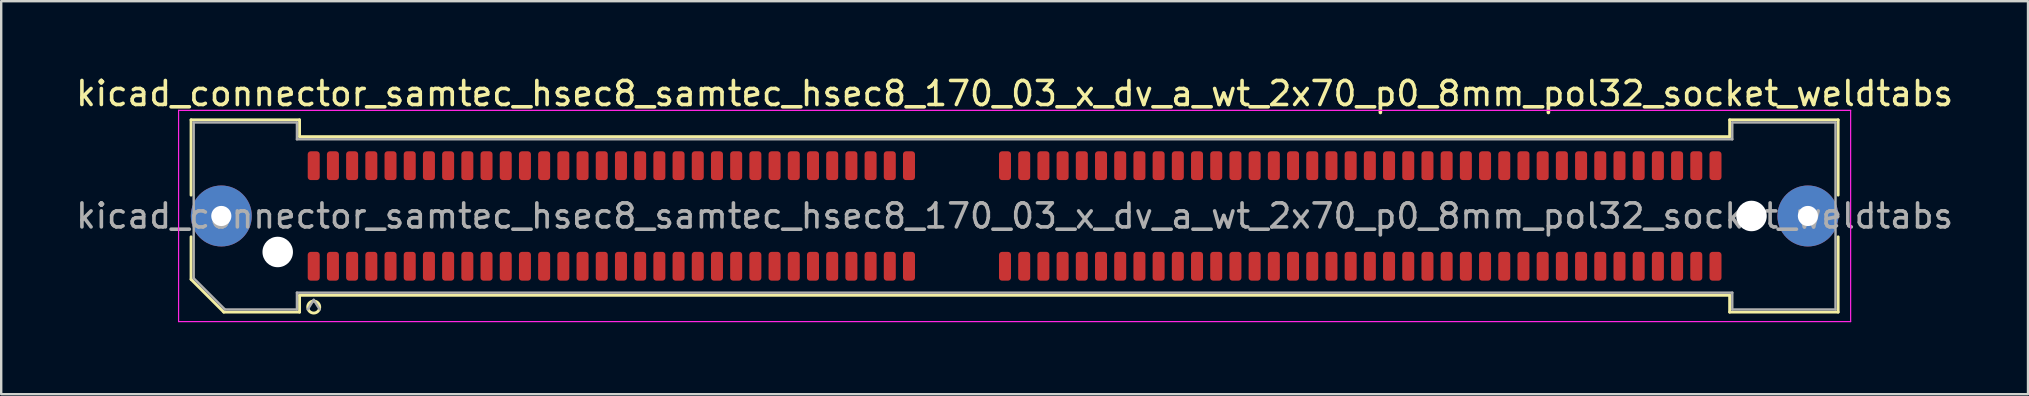
<source format=kicad_pcb>
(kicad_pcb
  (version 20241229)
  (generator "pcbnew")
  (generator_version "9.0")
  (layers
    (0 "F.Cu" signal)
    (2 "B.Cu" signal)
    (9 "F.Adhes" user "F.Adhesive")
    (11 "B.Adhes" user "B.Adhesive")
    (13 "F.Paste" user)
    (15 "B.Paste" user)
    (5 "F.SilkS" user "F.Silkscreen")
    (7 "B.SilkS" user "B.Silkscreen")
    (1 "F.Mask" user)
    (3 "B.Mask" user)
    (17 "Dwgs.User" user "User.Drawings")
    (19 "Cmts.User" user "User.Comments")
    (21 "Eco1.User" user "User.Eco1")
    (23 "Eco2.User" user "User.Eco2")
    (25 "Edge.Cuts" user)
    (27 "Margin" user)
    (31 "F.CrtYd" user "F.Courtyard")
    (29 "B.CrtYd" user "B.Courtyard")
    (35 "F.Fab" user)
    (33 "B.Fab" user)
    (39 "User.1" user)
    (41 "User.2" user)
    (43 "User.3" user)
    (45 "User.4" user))
  (footprint "kicad_connector_samtec_hsec8_samtec_hsec8_170_03_x_dv_a_wt_2x70_p0_8mm_pol32_socket_weldtabs"
    (layer "F.Cu")
    (at 39.22 5.948)
    (property "Reference" "kicad_connector_samtec_hsec8_samtec_hsec8_170_03_x_dv_a_wt_2x70_p0_8mm_pol32_socket_weldtabs" (at 0 -5.1 0) (layer "F.SilkS") (effects (font (size 1 1) (thickness 0.15))))
    (attr smd)
    (fp_line (start -34.31 -4.005) (end -29.79 -4.005) (stroke (width 0.12) (type solid)) (layer "F.SilkS"))
    (fp_line (start -34.31 -0.868) (end -34.31 -4.005) (stroke (width 0.12) (type solid)) (layer "F.SilkS"))
    (fp_line (start -34.31 2.641) (end -34.31 0.868) (stroke (width 0.12) (type solid)) (layer "F.SilkS"))
    (fp_line (start -32.946 4.005) (end -34.31 2.641) (stroke (width 0.12) (type solid)) (layer "F.SilkS"))
    (fp_line (start -29.79 -4.005) (end -29.79 -3.305) (stroke (width 0.12) (type solid)) (layer "F.SilkS"))
    (fp_line (start -29.79 -3.305) (end 29.79 -3.305) (stroke (width 0.12) (type solid)) (layer "F.SilkS"))
    (fp_line (start -29.79 3.305) (end -29.79 4.005) (stroke (width 0.12) (type solid)) (layer "F.SilkS"))
    (fp_line (start -29.79 4.005) (end -32.946 4.005) (stroke (width 0.12) (type solid)) (layer "F.SilkS"))
    (fp_line (start 29.79 -4.005) (end 34.31 -4.005) (stroke (width 0.12) (type solid)) (layer "F.SilkS"))
    (fp_line (start 29.79 -3.305) (end 29.79 -4.005) (stroke (width 0.12) (type solid)) (layer "F.SilkS"))
    (fp_line (start 29.79 3.305) (end -29.79 3.305) (stroke (width 0.12) (type solid)) (layer "F.SilkS"))
    (fp_line (start 29.79 4.005) (end 29.79 3.305) (stroke (width 0.12) (type solid)) (layer "F.SilkS"))
    (fp_line (start 34.31 -4.005) (end 34.31 -0.868) (stroke (width 0.12) (type solid)) (layer "F.SilkS"))
    (fp_line (start 34.31 0.868) (end 34.31 4.005) (stroke (width 0.12) (type solid)) (layer "F.SilkS"))
    (fp_line (start 34.31 4.005) (end 29.79 4.005) (stroke (width 0.12) (type solid)) (layer "F.SilkS"))
    (fp_arc (start -28.95 3.795) (mid -29.45 3.795) (end -28.95 3.795) (stroke (width 0.12) (type solid)) (layer "F.SilkS"))
    (fp_line (start -34.83 -4.4) (end -34.83 4.4) (stroke (width 0.05) (type solid)) (layer "F.CrtYd"))
    (fp_line (start -34.83 4.4) (end 34.83 4.4) (stroke (width 0.05) (type solid)) (layer "F.CrtYd"))
    (fp_line (start 34.83 -4.4) (end -34.83 -4.4) (stroke (width 0.05) (type solid)) (layer "F.CrtYd"))
    (fp_line (start 34.83 4.4) (end 34.83 -4.4) (stroke (width 0.05) (type solid)) (layer "F.CrtYd"))
    (fp_line (start -34.2 -3.895) (end -29.9 -3.895) (stroke (width 0.1) (type solid)) (layer "F.Fab"))
    (fp_line (start -34.2 2.595) (end -34.2 -3.895) (stroke (width 0.1) (type solid)) (layer "F.Fab"))
    (fp_line (start -32.9 3.895) (end -34.2 2.595) (stroke (width 0.1) (type solid)) (layer "F.Fab"))
    (fp_line (start -29.9 -3.895) (end -29.9 -3.195) (stroke (width 0.1) (type solid)) (layer "F.Fab"))
    (fp_line (start -29.9 -3.195) (end 29.9 -3.195) (stroke (width 0.1) (type solid)) (layer "F.Fab"))
    (fp_line (start -29.9 3.195) (end -29.9 3.895) (stroke (width 0.1) (type solid)) (layer "F.Fab"))
    (fp_line (start -29.9 3.895) (end -32.9 3.895) (stroke (width 0.1) (type solid)) (layer "F.Fab"))
    (fp_line (start -29.2 3.495) (end -29.45 3.895) (stroke (width 0.1) (type solid)) (layer "F.Fab"))
    (fp_line (start -29.2 3.495) (end -28.95 3.895) (stroke (width 0.1) (type solid)) (layer "F.Fab"))
    (fp_line (start 29.9 -3.895) (end 34.2 -3.895) (stroke (width 0.1) (type solid)) (layer "F.Fab"))
    (fp_line (start 29.9 -3.195) (end 29.9 -3.895) (stroke (width 0.1) (type solid)) (layer "F.Fab"))
    (fp_line (start 29.9 3.195) (end -29.9 3.195) (stroke (width 0.1) (type solid)) (layer "F.Fab"))
    (fp_line (start 29.9 3.895) (end 29.9 3.195) (stroke (width 0.1) (type solid)) (layer "F.Fab"))
    (fp_line (start 34.2 -3.895) (end 34.2 3.895) (stroke (width 0.1) (type solid)) (layer "F.Fab"))
    (fp_line (start 34.2 3.895) (end 29.9 3.895) (stroke (width 0.1) (type solid)) (layer "F.Fab"))
    (fp_text user "${REFERENCE}" (at 0 0 0) (layer "F.Fab") (effects (font (size 1 1) (thickness 0.15))))
    (pad "" thru_hole circle (at -33.05 0) (size 2.54 2.54) (drill 0.84) (layers "*.Cu" "*.Mask" "F.Paste"))
    (pad "" np_thru_hole circle (at -30.7 1.5) (size 1.27 1.27) (drill 1.27) (layers "*.Cu" "*.Mask"))
    (pad "" np_thru_hole circle (at 30.7 0) (size 1.27 1.27) (drill 1.27) (layers "*.Cu" "*.Mask"))
    (pad "" thru_hole circle (at 33.05 0) (size 2.54 2.54) (drill 0.84) (layers "*.Cu" "*.Mask" "F.Paste"))
    (pad "1" smd roundrect (at -29.2 2.095) (size 0.5 1.2) (layers "F.Cu" "F.Mask" "F.Paste") (roundrect_rratio 0.25))
    (pad "2" smd roundrect (at -29.2 -2.095) (size 0.5 1.2) (layers "F.Cu" "F.Mask" "F.Paste") (roundrect_rratio 0.25))
    (pad "3" smd roundrect (at -28.4 2.095) (size 0.5 1.2) (layers "F.Cu" "F.Mask" "F.Paste") (roundrect_rratio 0.25))
    (pad "4" smd roundrect (at -28.4 -2.095) (size 0.5 1.2) (layers "F.Cu" "F.Mask" "F.Paste") (roundrect_rratio 0.25))
    (pad "5" smd roundrect (at -27.6 2.095) (size 0.5 1.2) (layers "F.Cu" "F.Mask" "F.Paste") (roundrect_rratio 0.25))
    (pad "6" smd roundrect (at -27.6 -2.095) (size 0.5 1.2) (layers "F.Cu" "F.Mask" "F.Paste") (roundrect_rratio 0.25))
    (pad "7" smd roundrect (at -26.8 2.095) (size 0.5 1.2) (layers "F.Cu" "F.Mask" "F.Paste") (roundrect_rratio 0.25))
    (pad "8" smd roundrect (at -26.8 -2.095) (size 0.5 1.2) (layers "F.Cu" "F.Mask" "F.Paste") (roundrect_rratio 0.25))
    (pad "9" smd roundrect (at -26 2.095) (size 0.5 1.2) (layers "F.Cu" "F.Mask" "F.Paste") (roundrect_rratio 0.25))
    (pad "10" smd roundrect (at -26 -2.095) (size 0.5 1.2) (layers "F.Cu" "F.Mask" "F.Paste") (roundrect_rratio 0.25))
    (pad "11" smd roundrect (at -25.2 2.095) (size 0.5 1.2) (layers "F.Cu" "F.Mask" "F.Paste") (roundrect_rratio 0.25))
    (pad "12" smd roundrect (at -25.2 -2.095) (size 0.5 1.2) (layers "F.Cu" "F.Mask" "F.Paste") (roundrect_rratio 0.25))
    (pad "13" smd roundrect (at -24.4 2.095) (size 0.5 1.2) (layers "F.Cu" "F.Mask" "F.Paste") (roundrect_rratio 0.25))
    (pad "14" smd roundrect (at -24.4 -2.095) (size 0.5 1.2) (layers "F.Cu" "F.Mask" "F.Paste") (roundrect_rratio 0.25))
    (pad "15" smd roundrect (at -23.6 2.095) (size 0.5 1.2) (layers "F.Cu" "F.Mask" "F.Paste") (roundrect_rratio 0.25))
    (pad "16" smd roundrect (at -23.6 -2.095) (size 0.5 1.2) (layers "F.Cu" "F.Mask" "F.Paste") (roundrect_rratio 0.25))
    (pad "17" smd roundrect (at -22.8 2.095) (size 0.5 1.2) (layers "F.Cu" "F.Mask" "F.Paste") (roundrect_rratio 0.25))
    (pad "18" smd roundrect (at -22.8 -2.095) (size 0.5 1.2) (layers "F.Cu" "F.Mask" "F.Paste") (roundrect_rratio 0.25))
    (pad "19" smd roundrect (at -22 2.095) (size 0.5 1.2) (layers "F.Cu" "F.Mask" "F.Paste") (roundrect_rratio 0.25))
    (pad "20" smd roundrect (at -22 -2.095) (size 0.5 1.2) (layers "F.Cu" "F.Mask" "F.Paste") (roundrect_rratio 0.25))
    (pad "21" smd roundrect (at -21.2 2.095) (size 0.5 1.2) (layers "F.Cu" "F.Mask" "F.Paste") (roundrect_rratio 0.25))
    (pad "22" smd roundrect (at -21.2 -2.095) (size 0.5 1.2) (layers "F.Cu" "F.Mask" "F.Paste") (roundrect_rratio 0.25))
    (pad "23" smd roundrect (at -20.4 2.095) (size 0.5 1.2) (layers "F.Cu" "F.Mask" "F.Paste") (roundrect_rratio 0.25))
    (pad "24" smd roundrect (at -20.4 -2.095) (size 0.5 1.2) (layers "F.Cu" "F.Mask" "F.Paste") (roundrect_rratio 0.25))
    (pad "25" smd roundrect (at -19.6 2.095) (size 0.5 1.2) (layers "F.Cu" "F.Mask" "F.Paste") (roundrect_rratio 0.25))
    (pad "26" smd roundrect (at -19.6 -2.095) (size 0.5 1.2) (layers "F.Cu" "F.Mask" "F.Paste") (roundrect_rratio 0.25))
    (pad "27" smd roundrect (at -18.8 2.095) (size 0.5 1.2) (layers "F.Cu" "F.Mask" "F.Paste") (roundrect_rratio 0.25))
    (pad "28" smd roundrect (at -18.8 -2.095) (size 0.5 1.2) (layers "F.Cu" "F.Mask" "F.Paste") (roundrect_rratio 0.25))
    (pad "29" smd roundrect (at -18 2.095) (size 0.5 1.2) (layers "F.Cu" "F.Mask" "F.Paste") (roundrect_rratio 0.25))
    (pad "30" smd roundrect (at -18 -2.095) (size 0.5 1.2) (layers "F.Cu" "F.Mask" "F.Paste") (roundrect_rratio 0.25))
    (pad "31" smd roundrect (at -17.2 2.095) (size 0.5 1.2) (layers "F.Cu" "F.Mask" "F.Paste") (roundrect_rratio 0.25))
    (pad "32" smd roundrect (at -17.2 -2.095) (size 0.5 1.2) (layers "F.Cu" "F.Mask" "F.Paste") (roundrect_rratio 0.25))
    (pad "33" smd roundrect (at -16.4 2.095) (size 0.5 1.2) (layers "F.Cu" "F.Mask" "F.Paste") (roundrect_rratio 0.25))
    (pad "34" smd roundrect (at -16.4 -2.095) (size 0.5 1.2) (layers "F.Cu" "F.Mask" "F.Paste") (roundrect_rratio 0.25))
    (pad "35" smd roundrect (at -15.6 2.095) (size 0.5 1.2) (layers "F.Cu" "F.Mask" "F.Paste") (roundrect_rratio 0.25))
    (pad "36" smd roundrect (at -15.6 -2.095) (size 0.5 1.2) (layers "F.Cu" "F.Mask" "F.Paste") (roundrect_rratio 0.25))
    (pad "37" smd roundrect (at -14.8 2.095) (size 0.5 1.2) (layers "F.Cu" "F.Mask" "F.Paste") (roundrect_rratio 0.25))
    (pad "38" smd roundrect (at -14.8 -2.095) (size 0.5 1.2) (layers "F.Cu" "F.Mask" "F.Paste") (roundrect_rratio 0.25))
    (pad "39" smd roundrect (at -14 2.095) (size 0.5 1.2) (layers "F.Cu" "F.Mask" "F.Paste") (roundrect_rratio 0.25))
    (pad "40" smd roundrect (at -14 -2.095) (size 0.5 1.2) (layers "F.Cu" "F.Mask" "F.Paste") (roundrect_rratio 0.25))
    (pad "41" smd roundrect (at -13.2 2.095) (size 0.5 1.2) (layers "F.Cu" "F.Mask" "F.Paste") (roundrect_rratio 0.25))
    (pad "42" smd roundrect (at -13.2 -2.095) (size 0.5 1.2) (layers "F.Cu" "F.Mask" "F.Paste") (roundrect_rratio 0.25))
    (pad "43" smd roundrect (at -12.4 2.095) (size 0.5 1.2) (layers "F.Cu" "F.Mask" "F.Paste") (roundrect_rratio 0.25))
    (pad "44" smd roundrect (at -12.4 -2.095) (size 0.5 1.2) (layers "F.Cu" "F.Mask" "F.Paste") (roundrect_rratio 0.25))
    (pad "45" smd roundrect (at -11.6 2.095) (size 0.5 1.2) (layers "F.Cu" "F.Mask" "F.Paste") (roundrect_rratio 0.25))
    (pad "46" smd roundrect (at -11.6 -2.095) (size 0.5 1.2) (layers "F.Cu" "F.Mask" "F.Paste") (roundrect_rratio 0.25))
    (pad "47" smd roundrect (at -10.8 2.095) (size 0.5 1.2) (layers "F.Cu" "F.Mask" "F.Paste") (roundrect_rratio 0.25))
    (pad "48" smd roundrect (at -10.8 -2.095) (size 0.5 1.2) (layers "F.Cu" "F.Mask" "F.Paste") (roundrect_rratio 0.25))
    (pad "49" smd roundrect (at -10 2.095) (size 0.5 1.2) (layers "F.Cu" "F.Mask" "F.Paste") (roundrect_rratio 0.25))
    (pad "50" smd roundrect (at -10 -2.095) (size 0.5 1.2) (layers "F.Cu" "F.Mask" "F.Paste") (roundrect_rratio 0.25))
    (pad "51" smd roundrect (at -9.2 2.095) (size 0.5 1.2) (layers "F.Cu" "F.Mask" "F.Paste") (roundrect_rratio 0.25))
    (pad "52" smd roundrect (at -9.2 -2.095) (size 0.5 1.2) (layers "F.Cu" "F.Mask" "F.Paste") (roundrect_rratio 0.25))
    (pad "53" smd roundrect (at -8.4 2.095) (size 0.5 1.2) (layers "F.Cu" "F.Mask" "F.Paste") (roundrect_rratio 0.25))
    (pad "54" smd roundrect (at -8.4 -2.095) (size 0.5 1.2) (layers "F.Cu" "F.Mask" "F.Paste") (roundrect_rratio 0.25))
    (pad "55" smd roundrect (at -7.6 2.095) (size 0.5 1.2) (layers "F.Cu" "F.Mask" "F.Paste") (roundrect_rratio 0.25))
    (pad "56" smd roundrect (at -7.6 -2.095) (size 0.5 1.2) (layers "F.Cu" "F.Mask" "F.Paste") (roundrect_rratio 0.25))
    (pad "57" smd roundrect (at -6.8 2.095) (size 0.5 1.2) (layers "F.Cu" "F.Mask" "F.Paste") (roundrect_rratio 0.25))
    (pad "58" smd roundrect (at -6.8 -2.095) (size 0.5 1.2) (layers "F.Cu" "F.Mask" "F.Paste") (roundrect_rratio 0.25))
    (pad "59" smd roundrect (at -6 2.095) (size 0.5 1.2) (layers "F.Cu" "F.Mask" "F.Paste") (roundrect_rratio 0.25))
    (pad "60" smd roundrect (at -6 -2.095) (size 0.5 1.2) (layers "F.Cu" "F.Mask" "F.Paste") (roundrect_rratio 0.25))
    (pad "61" smd roundrect (at -5.2 2.095) (size 0.5 1.2) (layers "F.Cu" "F.Mask" "F.Paste") (roundrect_rratio 0.25))
    (pad "62" smd roundrect (at -5.2 -2.095) (size 0.5 1.2) (layers "F.Cu" "F.Mask" "F.Paste") (roundrect_rratio 0.25))
    (pad "63" smd roundrect (at -4.4 2.095) (size 0.5 1.2) (layers "F.Cu" "F.Mask" "F.Paste") (roundrect_rratio 0.25))
    (pad "64" smd roundrect (at -4.4 -2.095) (size 0.5 1.2) (layers "F.Cu" "F.Mask" "F.Paste") (roundrect_rratio 0.25))
    (pad "65" smd roundrect (at -0.4 2.095) (size 0.5 1.2) (layers "F.Cu" "F.Mask" "F.Paste") (roundrect_rratio 0.25))
    (pad "66" smd roundrect (at -0.4 -2.095) (size 0.5 1.2) (layers "F.Cu" "F.Mask" "F.Paste") (roundrect_rratio 0.25))
    (pad "67" smd roundrect (at 0.4 2.095) (size 0.5 1.2) (layers "F.Cu" "F.Mask" "F.Paste") (roundrect_rratio 0.25))
    (pad "68" smd roundrect (at 0.4 -2.095) (size 0.5 1.2) (layers "F.Cu" "F.Mask" "F.Paste") (roundrect_rratio 0.25))
    (pad "69" smd roundrect (at 1.2 2.095) (size 0.5 1.2) (layers "F.Cu" "F.Mask" "F.Paste") (roundrect_rratio 0.25))
    (pad "70" smd roundrect (at 1.2 -2.095) (size 0.5 1.2) (layers "F.Cu" "F.Mask" "F.Paste") (roundrect_rratio 0.25))
    (pad "71" smd roundrect (at 2 2.095) (size 0.5 1.2) (layers "F.Cu" "F.Mask" "F.Paste") (roundrect_rratio 0.25))
    (pad "72" smd roundrect (at 2 -2.095) (size 0.5 1.2) (layers "F.Cu" "F.Mask" "F.Paste") (roundrect_rratio 0.25))
    (pad "73" smd roundrect (at 2.8 2.095) (size 0.5 1.2) (layers "F.Cu" "F.Mask" "F.Paste") (roundrect_rratio 0.25))
    (pad "74" smd roundrect (at 2.8 -2.095) (size 0.5 1.2) (layers "F.Cu" "F.Mask" "F.Paste") (roundrect_rratio 0.25))
    (pad "75" smd roundrect (at 3.6 2.095) (size 0.5 1.2) (layers "F.Cu" "F.Mask" "F.Paste") (roundrect_rratio 0.25))
    (pad "76" smd roundrect (at 3.6 -2.095) (size 0.5 1.2) (layers "F.Cu" "F.Mask" "F.Paste") (roundrect_rratio 0.25))
    (pad "77" smd roundrect (at 4.4 2.095) (size 0.5 1.2) (layers "F.Cu" "F.Mask" "F.Paste") (roundrect_rratio 0.25))
    (pad "78" smd roundrect (at 4.4 -2.095) (size 0.5 1.2) (layers "F.Cu" "F.Mask" "F.Paste") (roundrect_rratio 0.25))
    (pad "79" smd roundrect (at 5.2 2.095) (size 0.5 1.2) (layers "F.Cu" "F.Mask" "F.Paste") (roundrect_rratio 0.25))
    (pad "80" smd roundrect (at 5.2 -2.095) (size 0.5 1.2) (layers "F.Cu" "F.Mask" "F.Paste") (roundrect_rratio 0.25))
    (pad "81" smd roundrect (at 6 2.095) (size 0.5 1.2) (layers "F.Cu" "F.Mask" "F.Paste") (roundrect_rratio 0.25))
    (pad "82" smd roundrect (at 6 -2.095) (size 0.5 1.2) (layers "F.Cu" "F.Mask" "F.Paste") (roundrect_rratio 0.25))
    (pad "83" smd roundrect (at 6.8 2.095) (size 0.5 1.2) (layers "F.Cu" "F.Mask" "F.Paste") (roundrect_rratio 0.25))
    (pad "84" smd roundrect (at 6.8 -2.095) (size 0.5 1.2) (layers "F.Cu" "F.Mask" "F.Paste") (roundrect_rratio 0.25))
    (pad "85" smd roundrect (at 7.6 2.095) (size 0.5 1.2) (layers "F.Cu" "F.Mask" "F.Paste") (roundrect_rratio 0.25))
    (pad "86" smd roundrect (at 7.6 -2.095) (size 0.5 1.2) (layers "F.Cu" "F.Mask" "F.Paste") (roundrect_rratio 0.25))
    (pad "87" smd roundrect (at 8.4 2.095) (size 0.5 1.2) (layers "F.Cu" "F.Mask" "F.Paste") (roundrect_rratio 0.25))
    (pad "88" smd roundrect (at 8.4 -2.095) (size 0.5 1.2) (layers "F.Cu" "F.Mask" "F.Paste") (roundrect_rratio 0.25))
    (pad "89" smd roundrect (at 9.2 2.095) (size 0.5 1.2) (layers "F.Cu" "F.Mask" "F.Paste") (roundrect_rratio 0.25))
    (pad "90" smd roundrect (at 9.2 -2.095) (size 0.5 1.2) (layers "F.Cu" "F.Mask" "F.Paste") (roundrect_rratio 0.25))
    (pad "91" smd roundrect (at 10 2.095) (size 0.5 1.2) (layers "F.Cu" "F.Mask" "F.Paste") (roundrect_rratio 0.25))
    (pad "92" smd roundrect (at 10 -2.095) (size 0.5 1.2) (layers "F.Cu" "F.Mask" "F.Paste") (roundrect_rratio 0.25))
    (pad "93" smd roundrect (at 10.8 2.095) (size 0.5 1.2) (layers "F.Cu" "F.Mask" "F.Paste") (roundrect_rratio 0.25))
    (pad "94" smd roundrect (at 10.8 -2.095) (size 0.5 1.2) (layers "F.Cu" "F.Mask" "F.Paste") (roundrect_rratio 0.25))
    (pad "95" smd roundrect (at 11.6 2.095) (size 0.5 1.2) (layers "F.Cu" "F.Mask" "F.Paste") (roundrect_rratio 0.25))
    (pad "96" smd roundrect (at 11.6 -2.095) (size 0.5 1.2) (layers "F.Cu" "F.Mask" "F.Paste") (roundrect_rratio 0.25))
    (pad "97" smd roundrect (at 12.4 2.095) (size 0.5 1.2) (layers "F.Cu" "F.Mask" "F.Paste") (roundrect_rratio 0.25))
    (pad "98" smd roundrect (at 12.4 -2.095) (size 0.5 1.2) (layers "F.Cu" "F.Mask" "F.Paste") (roundrect_rratio 0.25))
    (pad "99" smd roundrect (at 13.2 2.095) (size 0.5 1.2) (layers "F.Cu" "F.Mask" "F.Paste") (roundrect_rratio 0.25))
    (pad "100" smd roundrect (at 13.2 -2.095) (size 0.5 1.2) (layers "F.Cu" "F.Mask" "F.Paste") (roundrect_rratio 0.25))
    (pad "101" smd roundrect (at 14 2.095) (size 0.5 1.2) (layers "F.Cu" "F.Mask" "F.Paste") (roundrect_rratio 0.25))
    (pad "102" smd roundrect (at 14 -2.095) (size 0.5 1.2) (layers "F.Cu" "F.Mask" "F.Paste") (roundrect_rratio 0.25))
    (pad "103" smd roundrect (at 14.8 2.095) (size 0.5 1.2) (layers "F.Cu" "F.Mask" "F.Paste") (roundrect_rratio 0.25))
    (pad "104" smd roundrect (at 14.8 -2.095) (size 0.5 1.2) (layers "F.Cu" "F.Mask" "F.Paste") (roundrect_rratio 0.25))
    (pad "105" smd roundrect (at 15.6 2.095) (size 0.5 1.2) (layers "F.Cu" "F.Mask" "F.Paste") (roundrect_rratio 0.25))
    (pad "106" smd roundrect (at 15.6 -2.095) (size 0.5 1.2) (layers "F.Cu" "F.Mask" "F.Paste") (roundrect_rratio 0.25))
    (pad "107" smd roundrect (at 16.4 2.095) (size 0.5 1.2) (layers "F.Cu" "F.Mask" "F.Paste") (roundrect_rratio 0.25))
    (pad "108" smd roundrect (at 16.4 -2.095) (size 0.5 1.2) (layers "F.Cu" "F.Mask" "F.Paste") (roundrect_rratio 0.25))
    (pad "109" smd roundrect (at 17.2 2.095) (size 0.5 1.2) (layers "F.Cu" "F.Mask" "F.Paste") (roundrect_rratio 0.25))
    (pad "110" smd roundrect (at 17.2 -2.095) (size 0.5 1.2) (layers "F.Cu" "F.Mask" "F.Paste") (roundrect_rratio 0.25))
    (pad "111" smd roundrect (at 18 2.095) (size 0.5 1.2) (layers "F.Cu" "F.Mask" "F.Paste") (roundrect_rratio 0.25))
    (pad "112" smd roundrect (at 18 -2.095) (size 0.5 1.2) (layers "F.Cu" "F.Mask" "F.Paste") (roundrect_rratio 0.25))
    (pad "113" smd roundrect (at 18.8 2.095) (size 0.5 1.2) (layers "F.Cu" "F.Mask" "F.Paste") (roundrect_rratio 0.25))
    (pad "114" smd roundrect (at 18.8 -2.095) (size 0.5 1.2) (layers "F.Cu" "F.Mask" "F.Paste") (roundrect_rratio 0.25))
    (pad "115" smd roundrect (at 19.6 2.095) (size 0.5 1.2) (layers "F.Cu" "F.Mask" "F.Paste") (roundrect_rratio 0.25))
    (pad "116" smd roundrect (at 19.6 -2.095) (size 0.5 1.2) (layers "F.Cu" "F.Mask" "F.Paste") (roundrect_rratio 0.25))
    (pad "117" smd roundrect (at 20.4 2.095) (size 0.5 1.2) (layers "F.Cu" "F.Mask" "F.Paste") (roundrect_rratio 0.25))
    (pad "118" smd roundrect (at 20.4 -2.095) (size 0.5 1.2) (layers "F.Cu" "F.Mask" "F.Paste") (roundrect_rratio 0.25))
    (pad "119" smd roundrect (at 21.2 2.095) (size 0.5 1.2) (layers "F.Cu" "F.Mask" "F.Paste") (roundrect_rratio 0.25))
    (pad "120" smd roundrect (at 21.2 -2.095) (size 0.5 1.2) (layers "F.Cu" "F.Mask" "F.Paste") (roundrect_rratio 0.25))
    (pad "121" smd roundrect (at 22 2.095) (size 0.5 1.2) (layers "F.Cu" "F.Mask" "F.Paste") (roundrect_rratio 0.25))
    (pad "122" smd roundrect (at 22 -2.095) (size 0.5 1.2) (layers "F.Cu" "F.Mask" "F.Paste") (roundrect_rratio 0.25))
    (pad "123" smd roundrect (at 22.8 2.095) (size 0.5 1.2) (layers "F.Cu" "F.Mask" "F.Paste") (roundrect_rratio 0.25))
    (pad "124" smd roundrect (at 22.8 -2.095) (size 0.5 1.2) (layers "F.Cu" "F.Mask" "F.Paste") (roundrect_rratio 0.25))
    (pad "125" smd roundrect (at 23.6 2.095) (size 0.5 1.2) (layers "F.Cu" "F.Mask" "F.Paste") (roundrect_rratio 0.25))
    (pad "126" smd roundrect (at 23.6 -2.095) (size 0.5 1.2) (layers "F.Cu" "F.Mask" "F.Paste") (roundrect_rratio 0.25))
    (pad "127" smd roundrect (at 24.4 2.095) (size 0.5 1.2) (layers "F.Cu" "F.Mask" "F.Paste") (roundrect_rratio 0.25))
    (pad "128" smd roundrect (at 24.4 -2.095) (size 0.5 1.2) (layers "F.Cu" "F.Mask" "F.Paste") (roundrect_rratio 0.25))
    (pad "129" smd roundrect (at 25.2 2.095) (size 0.5 1.2) (layers "F.Cu" "F.Mask" "F.Paste") (roundrect_rratio 0.25))
    (pad "130" smd roundrect (at 25.2 -2.095) (size 0.5 1.2) (layers "F.Cu" "F.Mask" "F.Paste") (roundrect_rratio 0.25))
    (pad "131" smd roundrect (at 26 2.095) (size 0.5 1.2) (layers "F.Cu" "F.Mask" "F.Paste") (roundrect_rratio 0.25))
    (pad "132" smd roundrect (at 26 -2.095) (size 0.5 1.2) (layers "F.Cu" "F.Mask" "F.Paste") (roundrect_rratio 0.25))
    (pad "133" smd roundrect (at 26.8 2.095) (size 0.5 1.2) (layers "F.Cu" "F.Mask" "F.Paste") (roundrect_rratio 0.25))
    (pad "134" smd roundrect (at 26.8 -2.095) (size 0.5 1.2) (layers "F.Cu" "F.Mask" "F.Paste") (roundrect_rratio 0.25))
    (pad "135" smd roundrect (at 27.6 2.095) (size 0.5 1.2) (layers "F.Cu" "F.Mask" "F.Paste") (roundrect_rratio 0.25))
    (pad "136" smd roundrect (at 27.6 -2.095) (size 0.5 1.2) (layers "F.Cu" "F.Mask" "F.Paste") (roundrect_rratio 0.25))
    (pad "137" smd roundrect (at 28.4 2.095) (size 0.5 1.2) (layers "F.Cu" "F.Mask" "F.Paste") (roundrect_rratio 0.25))
    (pad "138" smd roundrect (at 28.4 -2.095) (size 0.5 1.2) (layers "F.Cu" "F.Mask" "F.Paste") (roundrect_rratio 0.25))
    (pad "139" smd roundrect (at 29.2 2.095) (size 0.5 1.2) (layers "F.Cu" "F.Mask" "F.Paste") (roundrect_rratio 0.25))
    (pad "140" smd roundrect (at 29.2 -2.095) (size 0.5 1.2) (layers "F.Cu" "F.Mask" "F.Paste") (roundrect_rratio 0.25)))
  (gr_rect
    (start -3 -3)
    (end 81.44 13.373)
    (stroke (width 0.1) (type default))
    (fill no)
    (layer "Edge.Cuts")))
</source>
